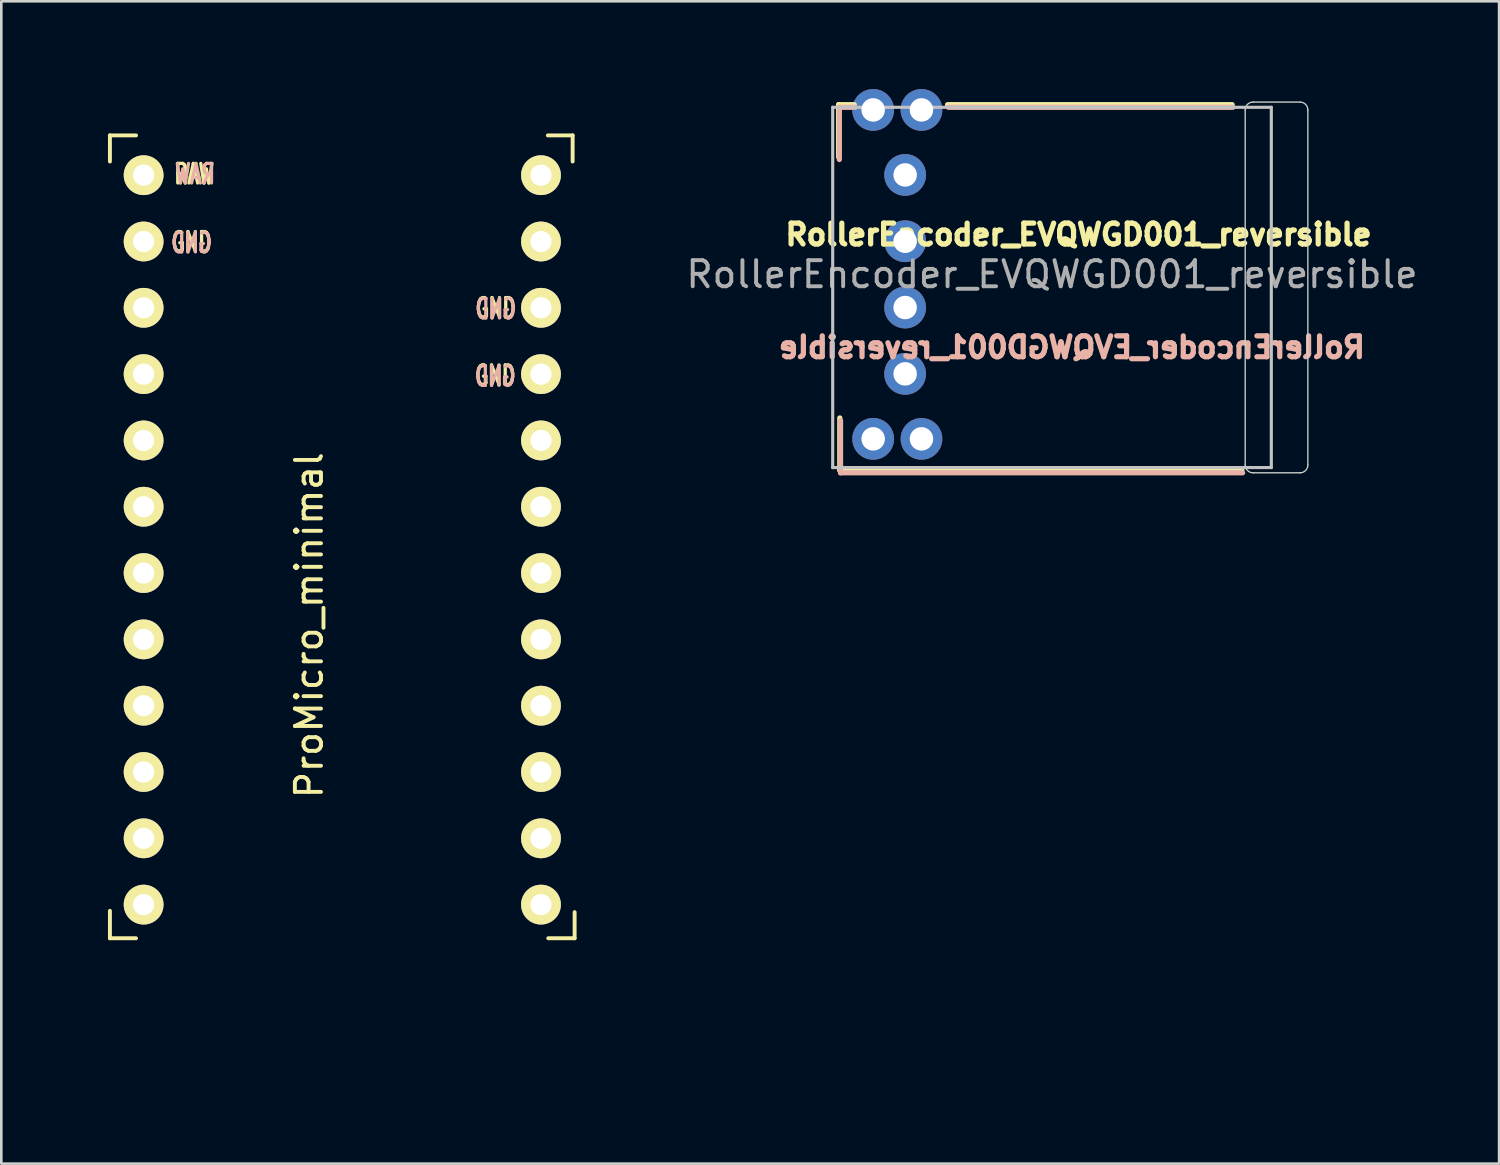
<source format=kicad_pcb>
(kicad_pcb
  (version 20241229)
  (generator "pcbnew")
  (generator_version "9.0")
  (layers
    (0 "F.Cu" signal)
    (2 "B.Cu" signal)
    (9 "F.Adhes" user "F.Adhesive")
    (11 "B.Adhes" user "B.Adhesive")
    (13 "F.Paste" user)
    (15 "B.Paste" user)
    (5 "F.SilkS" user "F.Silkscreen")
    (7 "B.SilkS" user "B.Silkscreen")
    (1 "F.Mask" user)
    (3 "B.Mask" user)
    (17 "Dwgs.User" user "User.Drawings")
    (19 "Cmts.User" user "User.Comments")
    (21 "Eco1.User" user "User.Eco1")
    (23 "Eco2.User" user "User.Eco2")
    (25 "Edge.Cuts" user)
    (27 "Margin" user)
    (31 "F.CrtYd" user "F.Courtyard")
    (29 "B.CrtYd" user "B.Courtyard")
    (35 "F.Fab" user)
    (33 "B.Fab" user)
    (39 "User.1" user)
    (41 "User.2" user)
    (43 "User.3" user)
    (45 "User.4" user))
  (footprint "RollerEncoder_EVQWGD001_reversible"
    (layer "F.Cu")
    (at 37.245 7.46)
    (property "Reference" "RollerEncoder_EVQWGD001_reversible" (at 0 0 0) (layer "F.Fab") (effects (font (size 1 1) (thickness 0.15))))
    (attr through_hole exclude_from_pos_files)
    (fp_line (start -8.174 -6.5) (end -8.174 -4.5) (stroke (width 0.2) (type solid)) (layer "F.SilkS"))
    (fp_line (start -8.128 5.5) (end -8.128 7.5) (stroke (width 0.2) (type solid)) (layer "F.SilkS"))
    (fp_line (start -8.128 7.5) (end 7.272 7.5) (stroke (width 0.2) (type solid)) (layer "F.SilkS"))
    (fp_line (start -7.574 -6.5) (end -8.174 -6.5) (stroke (width 0.2) (type solid)) (layer "F.SilkS"))
    (fp_line (start 6.9 -6.5) (end -4 -6.5) (stroke (width 0.2) (type solid)) (layer "F.SilkS"))
    (fp_line (start -8.146 -6.4) (end -8.146 -4.4) (stroke (width 0.2) (type solid)) (layer "B.SilkS"))
    (fp_line (start -8.1 5.6) (end -8.1 7.6) (stroke (width 0.2) (type solid)) (layer "B.SilkS"))
    (fp_line (start -8.1 7.6) (end 7.3 7.6) (stroke (width 0.2) (type solid)) (layer "B.SilkS"))
    (fp_line (start -7.546 -6.4) (end -8.146 -6.4) (stroke (width 0.2) (type solid)) (layer "B.SilkS"))
    (fp_line (start 6.928 -6.4) (end -3.972 -6.4) (stroke (width 0.2) (type solid)) (layer "B.SilkS"))
    (fp_line (start -8.4 -6.4) (end 8.4 -6.4) (stroke (width 0.12) (type solid)) (layer "Dwgs.User"))
    (fp_line (start -8.4 7.4) (end -8.4 -6.4) (stroke (width 0.12) (type solid)) (layer "Dwgs.User"))
    (fp_line (start 8.4 -6.4) (end 8.4 7.4) (stroke (width 0.12) (type solid)) (layer "Dwgs.User"))
    (fp_line (start 8.4 7.4) (end -8.4 7.4) (stroke (width 0.12) (type solid)) (layer "Dwgs.User"))
    (fp_rect (start -8.7 -6.7) (end 9.2 7.6) (stroke (width 0.12) (type solid)) (fill no) (layer "Eco1.User"))
    (fp_line (start -8.292 -7.4) (end -8.292 7.9) (stroke (width 0.12) (type solid)) (layer "Eco2.User"))
    (fp_line (start -8.292 7.9) (end -3.5 7.9) (stroke (width 0.12) (type solid)) (layer "Eco2.User"))
    (fp_line (start -3.5 -7.4) (end -8.292 -7.4) (stroke (width 0.12) (type solid)) (layer "Eco2.User"))
    (fp_line (start -3.5 -7.4) (end -3.5 7.9) (stroke (width 0.12) (type solid)) (layer "Eco2.User"))
    (fp_line (start -3.5 7.9) (end -3.5 -7.4) (stroke (width 0.12) (type solid)) (layer "Eco2.User"))
    (fp_line (start 5.588 -7.4) (end 5.588 7.9) (stroke (width 0.12) (type solid)) (layer "Eco2.User"))
    (fp_line (start 5.588 -7.4) (end 5.588 7.9) (stroke (width 0.12) (type solid)) (layer "Eco2.User"))
    (fp_line (start 5.588 7.9) (end 9.946 7.9) (stroke (width 0.12) (type solid)) (layer "Eco2.User"))
    (fp_line (start 9.946 -7.4) (end 5.588 -7.4) (stroke (width 0.12) (type solid)) (layer "Eco2.User"))
    (fp_line (start 9.946 7.9) (end 9.946 -7.4) (stroke (width 0.12) (type solid)) (layer "Eco2.User"))
    (fp_line (start 7.4 -6.3) (end 7.4 7.3) (stroke (width 0.05) (type solid)) (layer "Edge.Cuts"))
    (fp_line (start 7.7 7.6) (end 9.5 7.6) (stroke (width 0.05) (type solid)) (layer "Edge.Cuts"))
    (fp_line (start 9.5 -6.6) (end 7.7 -6.6) (stroke (width 0.05) (type solid)) (layer "Edge.Cuts"))
    (fp_line (start 9.8 7.3) (end 9.8 -6.3) (stroke (width 0.05) (type solid)) (layer "Edge.Cuts"))
    (fp_arc (start 7.4 -6.3) (mid 7.487868 -6.512132) (end 7.7 -6.6) (stroke (width 0.05) (type solid)) (layer "Edge.Cuts"))
    (fp_arc (start 7.7 7.6) (mid 7.487868 7.512132) (end 7.4 7.3) (stroke (width 0.05) (type solid)) (layer "Edge.Cuts"))
    (fp_arc (start 9.5 -6.6) (mid 9.712132 -6.512132) (end 9.8 -6.3) (stroke (width 0.05) (type solid)) (layer "Edge.Cuts"))
    (fp_arc (start 9.8 7.3) (mid 9.712132 7.512132) (end 9.5 7.6) (stroke (width 0.05) (type solid)) (layer "Edge.Cuts"))
    (fp_text user "${REFERENCE}" (at 1.016 -1.524 0) (layer "F.SilkS") (effects (font (size 0.8 0.8) (thickness 0.2))))
    (fp_text user "${REFERENCE}" (at 0.762 2.794 0) (layer "B.SilkS") (effects (font (size 0.8 0.8) (thickness 0.2)) (justify mirror)))
    (pad "A" thru_hole circle (at -5.625 -1.27) (size 1.6 1.6) (drill 0.9) (layers "*.Cu" "*.Mask"))
    (pad "B" thru_hole circle (at -5.625 1.27) (size 1.6 1.6) (drill 0.9) (layers "*.Cu" "*.Mask"))
    (pad "S1" thru_hole circle (at -6.85 -6.3) (size 1.6 1.6) (drill 0.9) (layers "*.Cu" "*.Mask"))
    (pad "S1" thru_hole circle (at -6.85 6.3) (size 1.6 1.6) (drill 0.9) (layers "*.Cu" "*.Mask"))
    (pad "S2" thru_hole circle (at -5 -6.3) (size 1.6 1.6) (drill 0.9) (layers "*.Cu" "*.Mask"))
    (pad "S2" thru_hole custom (at -5 6.3) (size 1.6 1.6) (drill 0.9) (layers "*.Cu" "*.Mask") (options (anchor circle)) (primitives))
    (pad "com" thru_hole circle (at -5.625 -3.81) (size 1.6 1.6) (drill 0.9) (layers "*.Cu" "*.Mask"))
    (pad "com" thru_hole circle (at -5.625 3.81) (size 1.6 1.6) (drill 0.9) (layers "*.Cu" "*.Mask")))
  (footprint "ProMicro_minimal"
    (layer "F.Cu")
    (at 10.06 18.138)
    (property "Reference" "ProMicro_minimal" (at -1.27 2.762 270) (layer "F.SilkS") (effects (font (size 1 1) (thickness 0.15))))
    (attr through_hole)
    (fp_line (start -8.9 -16.002) (end -8.9 -15.002) (stroke (width 0.15) (type solid)) (layer "F.SilkS"))
    (fp_line (start -8.9 -16.002) (end -7.9 -16.002) (stroke (width 0.15) (type solid)) (layer "F.SilkS"))
    (fp_line (start -8.9 13.7) (end -8.9 14.75) (stroke (width 0.15) (type solid)) (layer "F.SilkS"))
    (fp_line (start -8.9 14.75) (end -7.9 14.75) (stroke (width 0.15) (type solid)) (layer "F.SilkS"))
    (fp_line (start 8.824 -16.002) (end 7.874 -16.002) (stroke (width 0.15) (type solid)) (layer "F.SilkS"))
    (fp_line (start 8.824 -16.002) (end 8.824 -15.002) (stroke (width 0.15) (type solid)) (layer "F.SilkS"))
    (fp_line (start 8.9 13.75) (end 8.9 14.75) (stroke (width 0.15) (type solid)) (layer "F.SilkS"))
    (fp_line (start 8.9 14.75) (end 7.89 14.75) (stroke (width 0.15) (type solid)) (layer "F.SilkS"))
    (fp_rect (start -10 -18.078) (end 10 20.322) (stroke (width 0.12) (type solid)) (fill no) (layer "Eco1.User"))
    (fp_rect (start 9.2 15) (end -9.2 -16) (stroke (width 0.12) (type solid)) (fill no) (layer "Eco2.User"))
    (fp_text user "RAW" (at -5.67 -14.52 0) (layer "F.SilkS") (effects (font (size 0.75 0.5) (thickness 0.125))))
    (fp_text user "GND" (at -5.77 -11.91 0) (layer "F.SilkS") (effects (font (size 0.75 0.5) (thickness 0.125))))
    (fp_text user "GND" (at 5.88 -9.38 0) (layer "F.SilkS") (effects (font (size 0.75 0.5) (thickness 0.125))))
    (fp_text user "GND" (at 5.86 -6.8 0) (layer "F.SilkS") (effects (font (size 0.75 0.5) (thickness 0.125))))
    (fp_text user "GND" (at 5.88 -9.35 0) (layer "B.SilkS") (effects (font (size 0.75 0.5) (thickness 0.125)) (justify mirror)))
    (fp_text user "GND" (at 5.86 -6.77 0) (layer "B.SilkS") (effects (font (size 0.75 0.5) (thickness 0.125)) (justify mirror)))
    (fp_text user "GND" (at -5.77 -11.88 0) (layer "B.SilkS") (effects (font (size 0.75 0.5) (thickness 0.125)) (justify mirror)))
    (fp_text user "RAW" (at -5.64 -14.52 0) (unlocked yes) (layer "B.SilkS") (effects (font (size 0.75 0.5) (thickness 0.125)) (justify mirror)))
    (pad "1" thru_hole circle (at 7.611 -14.478) (size 1.524 1.524) (drill 0.813) (layers "*.Cu" "B.Mask" "F.SilkS"))
    (pad "2" thru_hole circle (at 7.611 -11.938) (size 1.524 1.524) (drill 0.813) (layers "*.Cu" "B.Mask" "F.SilkS"))
    (pad "3" thru_hole circle (at 7.611 -9.398) (size 1.524 1.524) (drill 0.813) (layers "*.Cu" "B.Mask" "F.SilkS"))
    (pad "4" thru_hole circle (at 7.611 -6.858) (size 1.524 1.524) (drill 0.813) (layers "*.Cu" "B.Mask" "F.SilkS"))
    (pad "5" thru_hole circle (at 7.611 -4.318) (size 1.524 1.524) (drill 0.813) (layers "*.Cu" "B.Mask" "F.SilkS"))
    (pad "6" thru_hole circle (at 7.611 -1.778) (size 1.524 1.524) (drill 0.813) (layers "*.Cu" "B.Mask" "F.SilkS"))
    (pad "7" thru_hole circle (at 7.611 0.762) (size 1.524 1.524) (drill 0.813) (layers "*.Cu" "B.Mask" "F.SilkS"))
    (pad "8" thru_hole circle (at 7.611 3.302) (size 1.524 1.524) (drill 0.813) (layers "*.Cu" "B.Mask" "F.SilkS"))
    (pad "9" thru_hole circle (at 7.611 5.842) (size 1.524 1.524) (drill 0.813) (layers "*.Cu" "B.Mask" "F.SilkS"))
    (pad "10" thru_hole circle (at 7.611 8.382) (size 1.524 1.524) (drill 0.813) (layers "*.Cu" "B.Mask" "F.SilkS"))
    (pad "11" thru_hole circle (at 7.611 10.922) (size 1.524 1.524) (drill 0.813) (layers "*.Cu" "B.Mask" "F.SilkS"))
    (pad "12" thru_hole circle (at 7.611 13.462) (size 1.524 1.524) (drill 0.813) (layers "*.Cu" "B.Mask" "F.SilkS"))
    (pad "13" thru_hole circle (at -7.609 13.462) (size 1.524 1.524) (drill 0.813) (layers "*.Cu" "B.Mask" "F.SilkS"))
    (pad "14" thru_hole circle (at -7.609 10.922) (size 1.524 1.524) (drill 0.813) (layers "*.Cu" "B.Mask" "F.SilkS"))
    (pad "15" thru_hole circle (at -7.609 8.382) (size 1.524 1.524) (drill 0.813) (layers "*.Cu" "B.Mask" "F.SilkS"))
    (pad "16" thru_hole circle (at -7.609 5.842) (size 1.524 1.524) (drill 0.813) (layers "*.Cu" "B.Mask" "F.SilkS"))
    (pad "17" thru_hole circle (at -7.609 3.302) (size 1.524 1.524) (drill 0.813) (layers "*.Cu" "B.Mask" "F.SilkS"))
    (pad "18" thru_hole circle (at -7.609 0.762) (size 1.524 1.524) (drill 0.813) (layers "*.Cu" "B.Mask" "F.SilkS"))
    (pad "19" thru_hole circle (at -7.609 -1.778) (size 1.524 1.524) (drill 0.813) (layers "*.Cu" "B.Mask" "F.SilkS"))
    (pad "20" thru_hole circle (at -7.609 -4.318) (size 1.524 1.524) (drill 0.813) (layers "*.Cu" "B.Mask" "F.SilkS"))
    (pad "21" thru_hole circle (at -7.609 -6.858) (size 1.524 1.524) (drill 0.813) (layers "*.Cu" "B.Mask" "F.SilkS"))
    (pad "22" thru_hole circle (at -7.609 -9.398) (size 1.524 1.524) (drill 0.813) (layers "*.Cu" "B.Mask" "F.SilkS"))
    (pad "23" thru_hole circle (at -7.609 -11.938) (size 1.524 1.524) (drill 0.813) (layers "*.Cu" "B.Mask" "F.SilkS"))
    (pad "24" thru_hole circle (at -7.609 -14.478) (size 1.524 1.524) (drill 0.813) (layers "*.Cu" "B.Mask" "F.SilkS")))
  (gr_rect
    (start -3 -3)
    (end 54.37 41.52)
    (stroke (width 0.1) (type default))
    (fill no)
    (layer "Edge.Cuts")))
</source>
